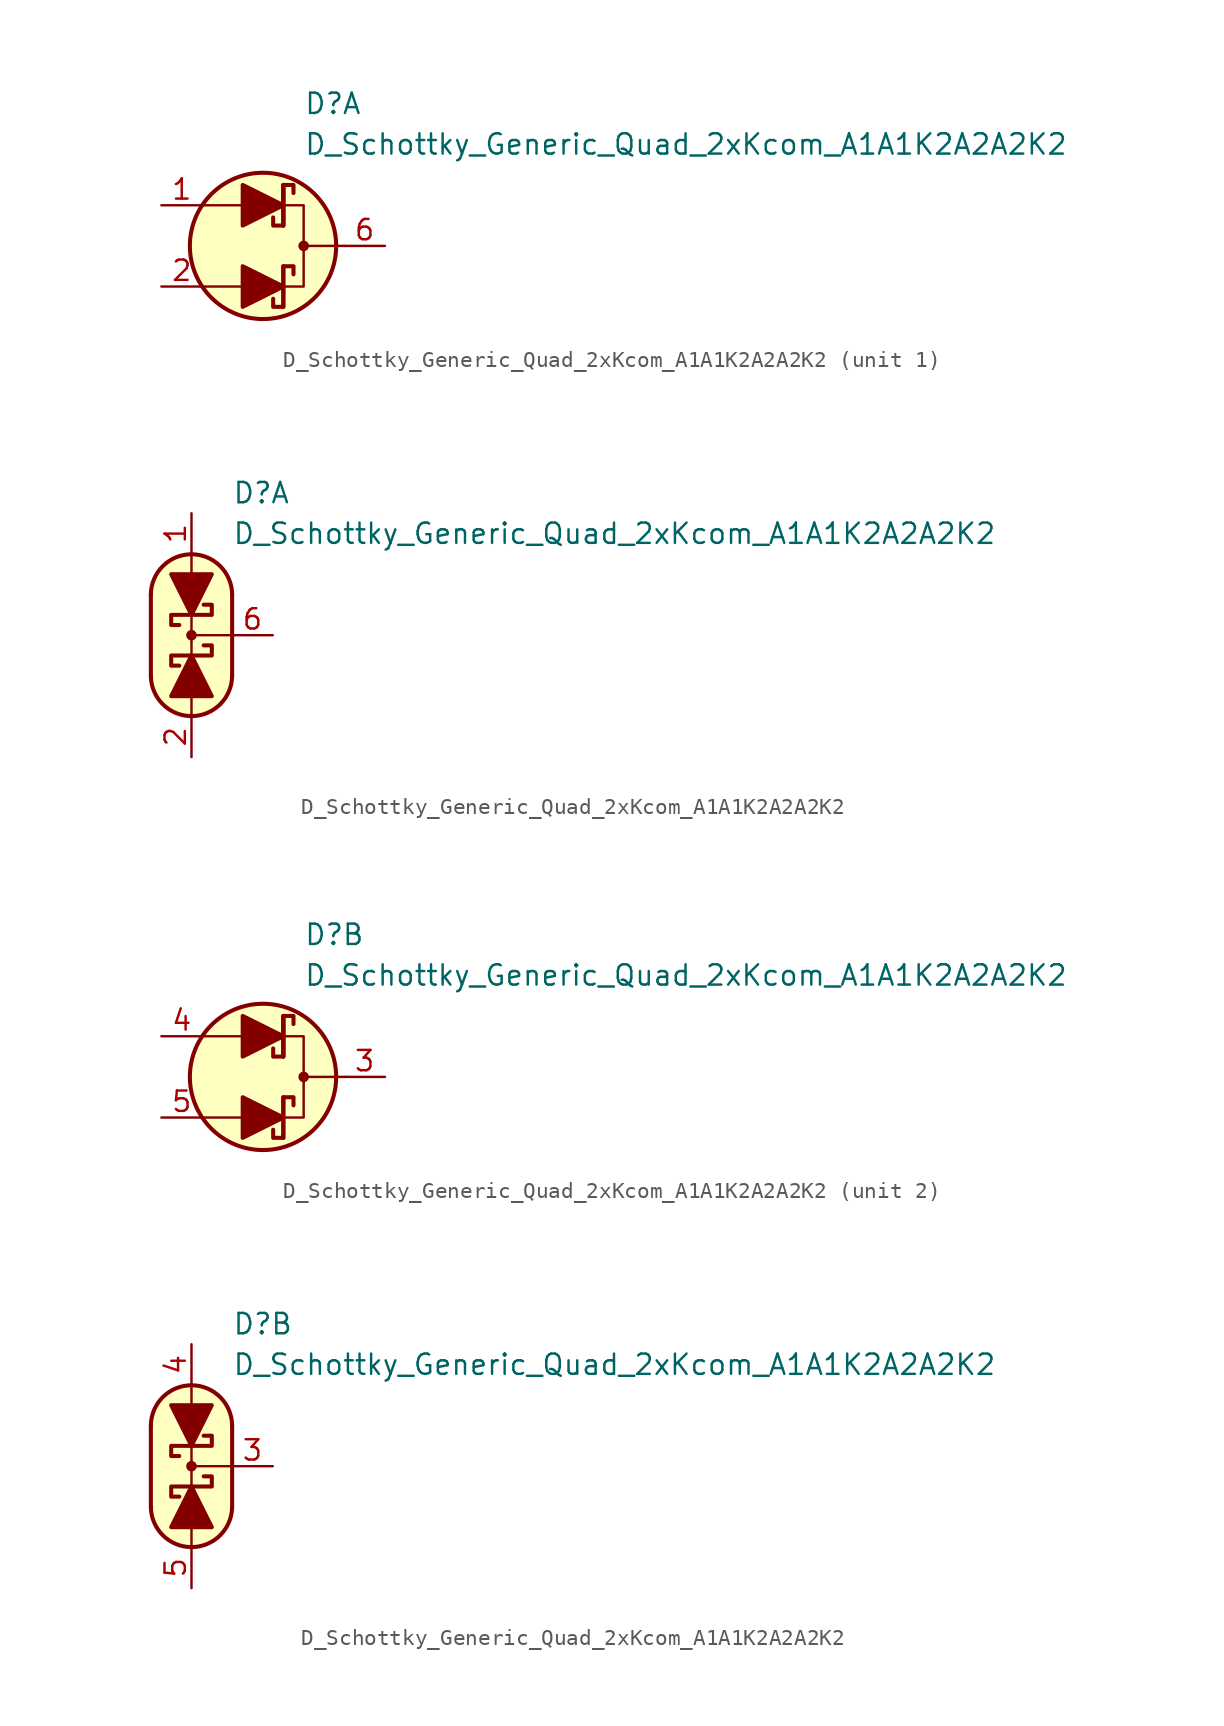
<source format=kicad_sym>
(kicad_symbol_lib
  (version 20231120)
  (generator "kicad_symbol_editor")
  (generator_version "8.0")
  (symbol "D_Schottky_Generic_Quad_2xKcom_A1A1K2A2A2K2"
    (pin_names
      (offset 1.016) hide)
    (property "Reference" "D"
      (at 2.54 8.89 0)
      (effects (font (size 1.27 1.27)) (justify left)))
    (property "Value" "D_Schottky_Generic_Quad_2xKcom_A1A1K2A2A2K2"
      (at 2.54 6.35 0)
      (effects (font (size 1.27 1.27)) (justify left)))
    (property "ki_locked" ""
      (at 0 0 0)
      (effects (font (size 1.27 1.27))))
    (symbol "D_Schottky_Generic_Quad_2xKcom_A1A1K2A2A2K2_0_1"
      (polyline (pts (xy -1.27 -2.54) (xy -3.81 -2.54)) (stroke (width 0) (type default)) (fill (type none)))
      (polyline (pts (xy -1.27 2.54) (xy -3.81 2.54)) (stroke (width 0) (type default)) (fill (type none)))
      (polyline (pts (xy 1.27 1.27) (xy 1.27 3.81)) (stroke (width 0.254) (type default)) (fill (type none)))
      (polyline (pts (xy 5.08 0) (xy 2.54 0)) (stroke (width 0) (type default)) (fill (type none)))
      (polyline (pts (xy 1.27 -2.54) (xy 2.54 -2.54) (xy 2.54 2.54) (xy 1.27 2.54)) (stroke (width 0) (type default)) (fill (type none)))
      (circle (center 0 0) (radius 4.572) (stroke (width 0.254) (type default)) (fill (type background)))
      (circle (center 2.54 0) (radius 0.254) (stroke (width 0) (type default)) (fill (type outline))))
    (symbol "D_Schottky_Generic_Quad_2xKcom_A1A1K2A2A2K2_1_1"
      (polyline (pts (xy -1.27 -2.54) (xy 1.27 -2.54)) (stroke (width 0) (type default)) (fill (type none)))
      (polyline (pts (xy -1.27 2.54) (xy 1.27 2.54)) (stroke (width 0) (type default)) (fill (type none)))
      (polyline (pts (xy 1.27 -3.81) (xy 1.27 -1.27)) (stroke (width 0.254) (type default)) (fill (type none)))
      (polyline (pts (xy 1.27 1.27) (xy 1.27 3.81)) (stroke (width 0.254) (type default)) (fill (type none)))
      (polyline (pts (xy -1.27 -3.81) (xy -1.27 -1.27) (xy 1.27 -2.54) (xy -1.27 -3.81)) (stroke (width 0.254) (type default)) (fill (type outline)))
      (polyline (pts (xy -1.27 1.27) (xy -1.27 3.81) (xy 1.27 2.54) (xy -1.27 1.27)) (stroke (width 0.254) (type default)) (fill (type outline)))
      (polyline (pts (xy 0.635 -3.302) (xy 0.635 -3.81) (xy 1.27 -3.81) (xy 1.27 -1.27) (xy 1.905 -1.27) (xy 1.905 -1.778)) (stroke (width 0.254) (type default)) (fill (type none)))
      (polyline (pts (xy 0.635 1.778) (xy 0.635 1.27) (xy 1.27 1.27) (xy 1.27 3.81) (xy 1.905 3.81) (xy 1.905 3.302)) (stroke (width 0.254) (type default)) (fill (type none)))
      (pin passive line (at -6.35 2.54 0) (length 2.54) (name "A1" (effects (font (size 1.27 1.27)))) (number "1" (effects (font (size 1.27 1.27)))))
      (pin passive line (at -6.35 -2.54 0) (length 2.54) (name "A1" (effects (font (size 1.27 1.27)))) (number "2" (effects (font (size 1.27 1.27)))))
      (pin passive line (at 7.62 0 180) (length 2.54) (name "K1" (effects (font (size 1.27 1.27)))) (number "6" (effects (font (size 1.27 1.27))))))
    (symbol "D_Schottky_Generic_Quad_2xKcom_A1A1K2A2A2K2_1_2"
      (arc (start -2.54 -2.54) (mid 0 -5.0576) (end 2.54 -2.54) (stroke (width 0.254) (type default)) (fill (type none)))
      (polyline (pts (xy -2.54 2.54) (xy -2.54 -2.54)) (stroke (width 0.254) (type default)) (fill (type none)))
      (polyline (pts (xy 0 -5.08) (xy 0 -3.556)) (stroke (width 0) (type default)) (fill (type none)))
      (polyline (pts (xy 0 0) (xy 2.54 0)) (stroke (width 0) (type default)) (fill (type none)))
      (polyline (pts (xy 0 1.27) (xy 0 -1.27)) (stroke (width 0) (type default)) (fill (type none)))
      (polyline (pts (xy 0 5.08) (xy 0 3.556)) (stroke (width 0) (type default)) (fill (type none)))
      (polyline (pts (xy 2.54 -2.54) (xy 2.54 2.54)) (stroke (width 0.254) (type default)) (fill (type none)))
      (polyline (pts (xy -1.27 -3.81) (xy 1.27 -3.81) (xy 0 -1.27) (xy -1.27 -3.81)) (stroke (width 0.254) (type default)) (fill (type outline)))
      (polyline (pts (xy 1.27 3.81) (xy -1.27 3.81) (xy 0 1.27) (xy 1.27 3.81)) (stroke (width 0.254) (type default)) (fill (type outline)))
      (polyline (pts (xy -0.762 -1.905) (xy -1.27 -1.905) (xy -1.27 -1.27) (xy 1.27 -1.27) (xy 1.27 -0.635) (xy 0.762 -0.635)) (stroke (width 0.254) (type default)) (fill (type none)))
      (polyline (pts (xy -0.762 0.635) (xy -1.27 0.635) (xy -1.27 1.27) (xy 1.27 1.27) (xy 1.27 1.905) (xy 0.762 1.905)) (stroke (width 0.254) (type default)) (fill (type none)))
      (polyline (pts (xy 0 -5.08) (xy -1.016 -4.826) (xy -1.778 -4.318) (xy -2.286 -3.556) (xy -2.54 -3.048) (xy -2.54 2.794) (xy -2.286 3.556) (xy -1.778 4.318) (xy -1.016 4.826) (xy -0.254 5.08) (xy 0.254 5.08) (xy 1.016 4.826) (xy 1.524 4.572) (xy 2.032 4.064) (xy 2.286 3.556) (xy 2.54 2.794) (xy 2.54 -2.794) (xy 2.286 -3.556) (xy 2.032 -4.064) (xy 1.524 -4.572) (xy 1.016 -4.826) (xy 0 -5.08)) (stroke (width 0.01) (type default)) (fill (type background)))
      (circle (center 0 0) (radius 0.254) (stroke (width 0) (type default)) (fill (type outline)))
      (arc (start 2.54 2.54) (mid 0 5.0576) (end -2.54 2.54) (stroke (width 0.254) (type default)) (fill (type none)))
      (pin passive line (at 0 7.62 270) (length 2.54) (name "A1" (effects (font (size 1.27 1.27)))) (number "1" (effects (font (size 1.27 1.27)))))
      (pin passive line (at 0 -7.62 90) (length 2.54) (name "A1" (effects (font (size 1.27 1.27)))) (number "2" (effects (font (size 1.27 1.27)))))
      (pin passive line (at 5.08 0 180) (length 2.54) (name "K1" (effects (font (size 1.27 1.27)))) (number "6" (effects (font (size 1.27 1.27))))))
    (symbol "D_Schottky_Generic_Quad_2xKcom_A1A1K2A2A2K2_2_1"
      (polyline (pts (xy -1.27 -2.54) (xy 1.27 -2.54)) (stroke (width 0) (type default)) (fill (type none)))
      (polyline (pts (xy -1.27 2.54) (xy 1.27 2.54)) (stroke (width 0) (type default)) (fill (type none)))
      (polyline (pts (xy 1.27 -3.81) (xy 1.27 -1.27)) (stroke (width 0.254) (type default)) (fill (type none)))
      (polyline (pts (xy 1.27 1.27) (xy 1.27 3.81)) (stroke (width 0.254) (type default)) (fill (type none)))
      (polyline (pts (xy -1.27 -3.81) (xy -1.27 -1.27) (xy 1.27 -2.54) (xy -1.27 -3.81)) (stroke (width 0.254) (type default)) (fill (type outline)))
      (polyline (pts (xy -1.27 1.27) (xy -1.27 3.81) (xy 1.27 2.54) (xy -1.27 1.27)) (stroke (width 0.254) (type default)) (fill (type outline)))
      (polyline (pts (xy 0.635 -3.302) (xy 0.635 -3.81) (xy 1.27 -3.81) (xy 1.27 -1.27) (xy 1.905 -1.27) (xy 1.905 -1.778)) (stroke (width 0.254) (type default)) (fill (type none)))
      (polyline (pts (xy 0.635 1.778) (xy 0.635 1.27) (xy 1.27 1.27) (xy 1.27 3.81) (xy 1.905 3.81) (xy 1.905 3.302)) (stroke (width 0.254) (type default)) (fill (type none)))
      (pin passive line (at 7.62 0 180) (length 2.54) (name "K2" (effects (font (size 1.27 1.27)))) (number "3" (effects (font (size 1.27 1.27)))))
      (pin passive line (at -6.35 2.54 0) (length 2.54) (name "A2" (effects (font (size 1.27 1.27)))) (number "4" (effects (font (size 1.27 1.27)))))
      (pin passive line (at -6.35 -2.54 0) (length 2.54) (name "A2" (effects (font (size 1.27 1.27)))) (number "5" (effects (font (size 1.27 1.27))))))
    (symbol "D_Schottky_Generic_Quad_2xKcom_A1A1K2A2A2K2_2_2"
      (arc (start -2.54 -2.54) (mid 0 -5.0576) (end 2.54 -2.54) (stroke (width 0.254) (type default)) (fill (type none)))
      (polyline (pts (xy -2.54 2.54) (xy -2.54 -2.54)) (stroke (width 0.254) (type default)) (fill (type none)))
      (polyline (pts (xy 0 -5.08) (xy 0 -3.556)) (stroke (width 0) (type default)) (fill (type none)))
      (polyline (pts (xy 0 0) (xy 2.54 0)) (stroke (width 0) (type default)) (fill (type none)))
      (polyline (pts (xy 0 1.27) (xy 0 -1.27)) (stroke (width 0) (type default)) (fill (type none)))
      (polyline (pts (xy 0 5.08) (xy 0 3.556)) (stroke (width 0) (type default)) (fill (type none)))
      (polyline (pts (xy 2.54 -2.54) (xy 2.54 2.54)) (stroke (width 0.254) (type default)) (fill (type none)))
      (polyline (pts (xy -1.27 -3.81) (xy 1.27 -3.81) (xy 0 -1.27) (xy -1.27 -3.81)) (stroke (width 0.254) (type default)) (fill (type outline)))
      (polyline (pts (xy 1.27 3.81) (xy -1.27 3.81) (xy 0 1.27) (xy 1.27 3.81)) (stroke (width 0.254) (type default)) (fill (type outline)))
      (polyline (pts (xy -0.762 -1.905) (xy -1.27 -1.905) (xy -1.27 -1.27) (xy 1.27 -1.27) (xy 1.27 -0.635) (xy 0.762 -0.635)) (stroke (width 0.254) (type default)) (fill (type none)))
      (polyline (pts (xy -0.762 0.635) (xy -1.27 0.635) (xy -1.27 1.27) (xy 1.27 1.27) (xy 1.27 1.905) (xy 0.762 1.905)) (stroke (width 0.254) (type default)) (fill (type none)))
      (polyline (pts (xy 0 -5.08) (xy -1.016 -4.826) (xy -1.778 -4.318) (xy -2.286 -3.556) (xy -2.54 -3.048) (xy -2.54 2.794) (xy -2.286 3.556) (xy -1.778 4.318) (xy -1.016 4.826) (xy -0.254 5.08) (xy 0.254 5.08) (xy 1.016 4.826) (xy 1.524 4.572) (xy 2.032 4.064) (xy 2.286 3.556) (xy 2.54 2.794) (xy 2.54 -2.794) (xy 2.286 -3.556) (xy 2.032 -4.064) (xy 1.524 -4.572) (xy 1.016 -4.826) (xy 0 -5.08)) (stroke (width 0.01) (type default)) (fill (type background)))
      (circle (center 0 0) (radius 0.254) (stroke (width 0) (type default)) (fill (type outline)))
      (arc (start 2.54 2.54) (mid 0 5.0576) (end -2.54 2.54) (stroke (width 0.254) (type default)) (fill (type none)))
      (pin passive line (at 5.08 0 180) (length 2.54) (name "K2" (effects (font (size 1.27 1.27)))) (number "3" (effects (font (size 1.27 1.27)))))
      (pin passive line (at 0 7.62 270) (length 2.54) (name "A2" (effects (font (size 1.27 1.27)))) (number "4" (effects (font (size 1.27 1.27)))))
      (pin passive line (at 0 -7.62 90) (length 2.54) (name "A2" (effects (font (size 1.27 1.27)))) (number "5" (effects (font (size 1.27 1.27))))))))
</source>
